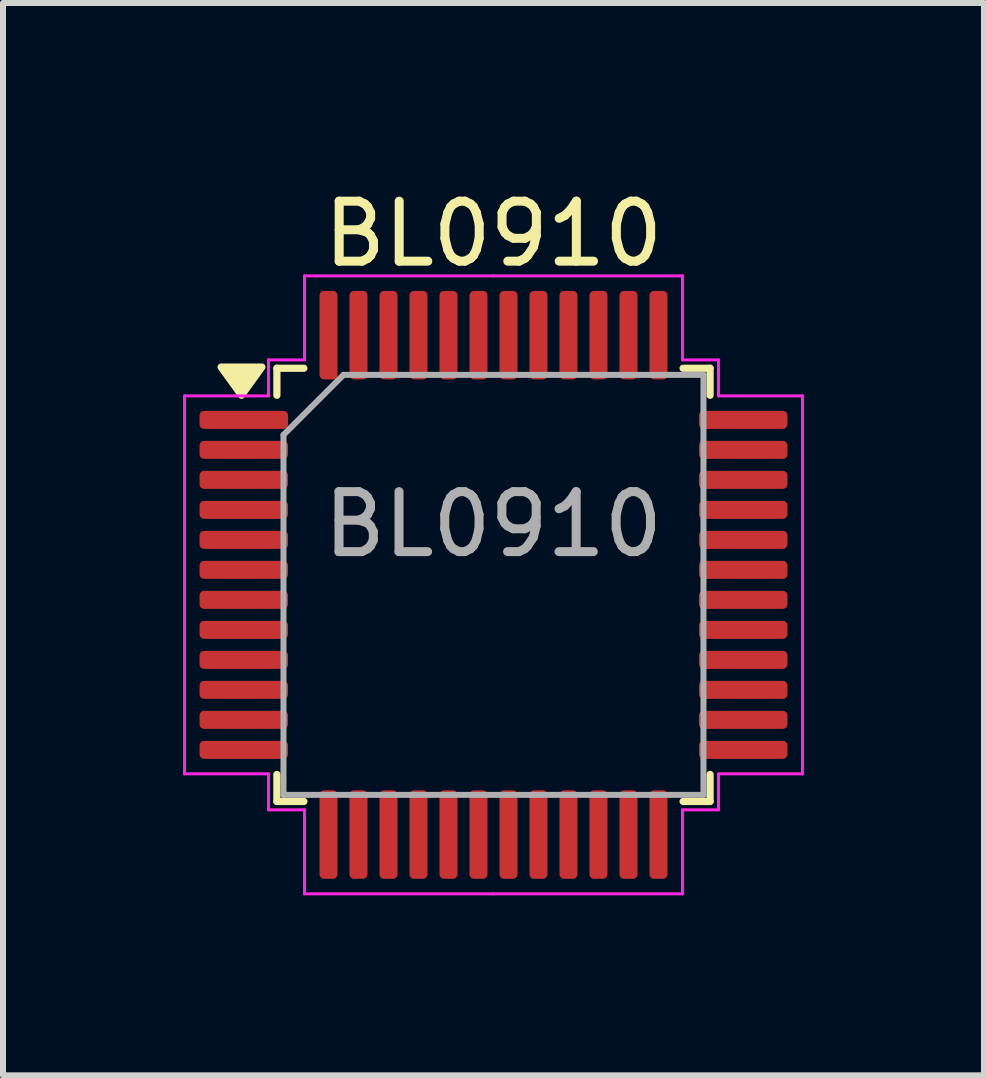
<source format=kicad_pcb>
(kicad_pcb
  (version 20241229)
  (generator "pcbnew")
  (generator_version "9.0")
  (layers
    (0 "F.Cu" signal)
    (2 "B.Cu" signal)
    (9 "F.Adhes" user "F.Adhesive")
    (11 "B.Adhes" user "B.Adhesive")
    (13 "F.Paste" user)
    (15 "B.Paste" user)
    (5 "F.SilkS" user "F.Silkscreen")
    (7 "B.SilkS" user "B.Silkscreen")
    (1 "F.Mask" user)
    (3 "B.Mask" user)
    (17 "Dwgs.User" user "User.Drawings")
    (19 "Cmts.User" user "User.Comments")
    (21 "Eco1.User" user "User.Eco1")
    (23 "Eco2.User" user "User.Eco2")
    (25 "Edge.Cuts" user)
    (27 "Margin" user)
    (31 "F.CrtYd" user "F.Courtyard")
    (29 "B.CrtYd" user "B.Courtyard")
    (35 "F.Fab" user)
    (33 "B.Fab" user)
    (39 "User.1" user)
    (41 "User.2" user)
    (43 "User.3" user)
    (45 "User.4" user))
  (footprint "BL0910"
    (layer "F.Cu")
    (at 5.175 6.698)
    (property "Reference" "BL0910" (at 0 -5.85 0) (layer "F.SilkS") (effects (font (size 1 1) (thickness 0.15))))
    (attr smd)
    (fp_line (start -3.61 -3.61) (end -3.61 -3.16) (stroke (width 0.12) (type solid)) (layer "F.SilkS"))
    (fp_line (start -3.61 3.61) (end -3.61 3.16) (stroke (width 0.12) (type solid)) (layer "F.SilkS"))
    (fp_line (start -3.16 -3.61) (end -3.61 -3.61) (stroke (width 0.12) (type solid)) (layer "F.SilkS"))
    (fp_line (start -3.16 3.61) (end -3.61 3.61) (stroke (width 0.12) (type solid)) (layer "F.SilkS"))
    (fp_line (start 3.16 -3.61) (end 3.61 -3.61) (stroke (width 0.12) (type solid)) (layer "F.SilkS"))
    (fp_line (start 3.16 3.61) (end 3.61 3.61) (stroke (width 0.12) (type solid)) (layer "F.SilkS"))
    (fp_line (start 3.61 -3.61) (end 3.61 -3.16) (stroke (width 0.12) (type solid)) (layer "F.SilkS"))
    (fp_line (start 3.61 3.61) (end 3.61 3.16) (stroke (width 0.12) (type solid)) (layer "F.SilkS"))
    (fp_poly (pts (xy -4.2 -3.16) (xy -4.54 -3.63) (xy -3.86 -3.63) (xy -4.2 -3.16)) (stroke (width 0.12) (type solid)) (fill yes) (layer "F.SilkS"))
    (fp_line (start -5.15 -3.15) (end -5.15 0) (stroke (width 0.05) (type solid)) (layer "F.CrtYd"))
    (fp_line (start -5.15 3.15) (end -5.15 0) (stroke (width 0.05) (type solid)) (layer "F.CrtYd"))
    (fp_line (start -3.75 -3.75) (end -3.75 -3.15) (stroke (width 0.05) (type solid)) (layer "F.CrtYd"))
    (fp_line (start -3.75 -3.15) (end -5.15 -3.15) (stroke (width 0.05) (type solid)) (layer "F.CrtYd"))
    (fp_line (start -3.75 3.15) (end -5.15 3.15) (stroke (width 0.05) (type solid)) (layer "F.CrtYd"))
    (fp_line (start -3.75 3.75) (end -3.75 3.15) (stroke (width 0.05) (type solid)) (layer "F.CrtYd"))
    (fp_line (start -3.15 -5.15) (end -3.15 -3.75) (stroke (width 0.05) (type solid)) (layer "F.CrtYd"))
    (fp_line (start -3.15 -3.75) (end -3.75 -3.75) (stroke (width 0.05) (type solid)) (layer "F.CrtYd"))
    (fp_line (start -3.15 3.75) (end -3.75 3.75) (stroke (width 0.05) (type solid)) (layer "F.CrtYd"))
    (fp_line (start -3.15 5.15) (end -3.15 3.75) (stroke (width 0.05) (type solid)) (layer "F.CrtYd"))
    (fp_line (start 0 -5.15) (end -3.15 -5.15) (stroke (width 0.05) (type solid)) (layer "F.CrtYd"))
    (fp_line (start 0 -5.15) (end 3.15 -5.15) (stroke (width 0.05) (type solid)) (layer "F.CrtYd"))
    (fp_line (start 0 5.15) (end -3.15 5.15) (stroke (width 0.05) (type solid)) (layer "F.CrtYd"))
    (fp_line (start 0 5.15) (end 3.15 5.15) (stroke (width 0.05) (type solid)) (layer "F.CrtYd"))
    (fp_line (start 3.15 -5.15) (end 3.15 -3.75) (stroke (width 0.05) (type solid)) (layer "F.CrtYd"))
    (fp_line (start 3.15 -3.75) (end 3.75 -3.75) (stroke (width 0.05) (type solid)) (layer "F.CrtYd"))
    (fp_line (start 3.15 3.75) (end 3.75 3.75) (stroke (width 0.05) (type solid)) (layer "F.CrtYd"))
    (fp_line (start 3.15 5.15) (end 3.15 3.75) (stroke (width 0.05) (type solid)) (layer "F.CrtYd"))
    (fp_line (start 3.75 -3.75) (end 3.75 -3.15) (stroke (width 0.05) (type solid)) (layer "F.CrtYd"))
    (fp_line (start 3.75 -3.15) (end 5.15 -3.15) (stroke (width 0.05) (type solid)) (layer "F.CrtYd"))
    (fp_line (start 3.75 3.15) (end 5.15 3.15) (stroke (width 0.05) (type solid)) (layer "F.CrtYd"))
    (fp_line (start 3.75 3.75) (end 3.75 3.15) (stroke (width 0.05) (type solid)) (layer "F.CrtYd"))
    (fp_line (start 5.15 -3.15) (end 5.15 0) (stroke (width 0.05) (type solid)) (layer "F.CrtYd"))
    (fp_line (start 5.15 3.15) (end 5.15 0) (stroke (width 0.05) (type solid)) (layer "F.CrtYd"))
    (fp_line (start -3.5 -2.5) (end -2.5 -3.5) (stroke (width 0.1) (type solid)) (layer "F.Fab"))
    (fp_line (start -3.5 3.5) (end -3.5 -2.5) (stroke (width 0.1) (type solid)) (layer "F.Fab"))
    (fp_line (start -2.5 -3.5) (end 3.5 -3.5) (stroke (width 0.1) (type solid)) (layer "F.Fab"))
    (fp_line (start 3.5 -3.5) (end 3.5 3.5) (stroke (width 0.1) (type solid)) (layer "F.Fab"))
    (fp_line (start 3.5 3.5) (end -3.5 3.5) (stroke (width 0.1) (type solid)) (layer "F.Fab"))
    (fp_text user "${REFERENCE}" (at -0.003 -1.009 0) (layer "F.Fab") (effects (font (size 1 1) (thickness 0.15))))
    (pad "1" smd roundrect (at -4.162 -2.75) (size 1.475 0.3) (layers "F.Cu" "F.Mask" "F.Paste") (roundrect_rratio 0.25))
    (pad "2" smd roundrect (at -4.162 -2.25) (size 1.475 0.3) (layers "F.Cu" "F.Mask" "F.Paste") (roundrect_rratio 0.25))
    (pad "3" smd roundrect (at -4.162 -1.75) (size 1.475 0.3) (layers "F.Cu" "F.Mask" "F.Paste") (roundrect_rratio 0.25))
    (pad "4" smd roundrect (at -4.162 -1.25) (size 1.475 0.3) (layers "F.Cu" "F.Mask" "F.Paste") (roundrect_rratio 0.25))
    (pad "5" smd roundrect (at -4.162 -0.75) (size 1.475 0.3) (layers "F.Cu" "F.Mask" "F.Paste") (roundrect_rratio 0.25))
    (pad "6" smd roundrect (at -4.162 -0.25) (size 1.475 0.3) (layers "F.Cu" "F.Mask" "F.Paste") (roundrect_rratio 0.25))
    (pad "7" smd roundrect (at -4.162 0.25) (size 1.475 0.3) (layers "F.Cu" "F.Mask" "F.Paste") (roundrect_rratio 0.25))
    (pad "8" smd roundrect (at -4.162 0.75) (size 1.475 0.3) (layers "F.Cu" "F.Mask" "F.Paste") (roundrect_rratio 0.25))
    (pad "9" smd roundrect (at -4.162 1.25) (size 1.475 0.3) (layers "F.Cu" "F.Mask" "F.Paste") (roundrect_rratio 0.25))
    (pad "10" smd roundrect (at -4.162 1.75) (size 1.475 0.3) (layers "F.Cu" "F.Mask" "F.Paste") (roundrect_rratio 0.25))
    (pad "11" smd roundrect (at -4.162 2.25) (size 1.475 0.3) (layers "F.Cu" "F.Mask" "F.Paste") (roundrect_rratio 0.25))
    (pad "12" smd roundrect (at -4.162 2.75) (size 1.475 0.3) (layers "F.Cu" "F.Mask" "F.Paste") (roundrect_rratio 0.25))
    (pad "13" smd roundrect (at -2.75 4.162) (size 0.3 1.475) (layers "F.Cu" "F.Mask" "F.Paste") (roundrect_rratio 0.25))
    (pad "14" smd roundrect (at -2.25 4.162) (size 0.3 1.475) (layers "F.Cu" "F.Mask" "F.Paste") (roundrect_rratio 0.25))
    (pad "15" smd roundrect (at -1.75 4.162) (size 0.3 1.475) (layers "F.Cu" "F.Mask" "F.Paste") (roundrect_rratio 0.25))
    (pad "16" smd roundrect (at -1.25 4.162) (size 0.3 1.475) (layers "F.Cu" "F.Mask" "F.Paste") (roundrect_rratio 0.25))
    (pad "17" smd roundrect (at -0.75 4.162) (size 0.3 1.475) (layers "F.Cu" "F.Mask" "F.Paste") (roundrect_rratio 0.25))
    (pad "18" smd roundrect (at -0.25 4.162) (size 0.3 1.475) (layers "F.Cu" "F.Mask" "F.Paste") (roundrect_rratio 0.25))
    (pad "19" smd roundrect (at 0.25 4.162) (size 0.3 1.475) (layers "F.Cu" "F.Mask" "F.Paste") (roundrect_rratio 0.25))
    (pad "20" smd roundrect (at 0.75 4.162) (size 0.3 1.475) (layers "F.Cu" "F.Mask" "F.Paste") (roundrect_rratio 0.25))
    (pad "21" smd roundrect (at 1.25 4.162) (size 0.3 1.475) (layers "F.Cu" "F.Mask" "F.Paste") (roundrect_rratio 0.25))
    (pad "22" smd roundrect (at 1.75 4.162) (size 0.3 1.475) (layers "F.Cu" "F.Mask" "F.Paste") (roundrect_rratio 0.25))
    (pad "23" smd roundrect (at 2.25 4.162) (size 0.3 1.475) (layers "F.Cu" "F.Mask" "F.Paste") (roundrect_rratio 0.25))
    (pad "24" smd roundrect (at 2.75 4.162) (size 0.3 1.475) (layers "F.Cu" "F.Mask" "F.Paste") (roundrect_rratio 0.25))
    (pad "25" smd roundrect (at 4.162 2.75) (size 1.475 0.3) (layers "F.Cu" "F.Mask" "F.Paste") (roundrect_rratio 0.25))
    (pad "26" smd roundrect (at 4.162 2.25) (size 1.475 0.3) (layers "F.Cu" "F.Mask" "F.Paste") (roundrect_rratio 0.25))
    (pad "27" smd roundrect (at 4.162 1.75) (size 1.475 0.3) (layers "F.Cu" "F.Mask" "F.Paste") (roundrect_rratio 0.25))
    (pad "28" smd roundrect (at 4.162 1.25) (size 1.475 0.3) (layers "F.Cu" "F.Mask" "F.Paste") (roundrect_rratio 0.25))
    (pad "29" smd roundrect (at 4.162 0.75) (size 1.475 0.3) (layers "F.Cu" "F.Mask" "F.Paste") (roundrect_rratio 0.25))
    (pad "30" smd roundrect (at 4.162 0.25) (size 1.475 0.3) (layers "F.Cu" "F.Mask" "F.Paste") (roundrect_rratio 0.25))
    (pad "31" smd roundrect (at 4.162 -0.25) (size 1.475 0.3) (layers "F.Cu" "F.Mask" "F.Paste") (roundrect_rratio 0.25))
    (pad "32" smd roundrect (at 4.162 -0.75) (size 1.475 0.3) (layers "F.Cu" "F.Mask" "F.Paste") (roundrect_rratio 0.25))
    (pad "33" smd roundrect (at 4.162 -1.25) (size 1.475 0.3) (layers "F.Cu" "F.Mask" "F.Paste") (roundrect_rratio 0.25))
    (pad "34" smd roundrect (at 4.162 -1.75) (size 1.475 0.3) (layers "F.Cu" "F.Mask" "F.Paste") (roundrect_rratio 0.25))
    (pad "35" smd roundrect (at 4.162 -2.25) (size 1.475 0.3) (layers "F.Cu" "F.Mask" "F.Paste") (roundrect_rratio 0.25))
    (pad "36" smd roundrect (at 4.162 -2.75) (size 1.475 0.3) (layers "F.Cu" "F.Mask" "F.Paste") (roundrect_rratio 0.25))
    (pad "37" smd roundrect (at 2.75 -4.162) (size 0.3 1.475) (layers "F.Cu" "F.Mask" "F.Paste") (roundrect_rratio 0.25))
    (pad "38" smd roundrect (at 2.25 -4.162) (size 0.3 1.475) (layers "F.Cu" "F.Mask" "F.Paste") (roundrect_rratio 0.25))
    (pad "39" smd roundrect (at 1.75 -4.162) (size 0.3 1.475) (layers "F.Cu" "F.Mask" "F.Paste") (roundrect_rratio 0.25))
    (pad "40" smd roundrect (at 1.25 -4.162) (size 0.3 1.475) (layers "F.Cu" "F.Mask" "F.Paste") (roundrect_rratio 0.25))
    (pad "41" smd roundrect (at 0.75 -4.162) (size 0.3 1.475) (layers "F.Cu" "F.Mask" "F.Paste") (roundrect_rratio 0.25))
    (pad "42" smd roundrect (at 0.25 -4.162) (size 0.3 1.475) (layers "F.Cu" "F.Mask" "F.Paste") (roundrect_rratio 0.25))
    (pad "43" smd roundrect (at -0.25 -4.162) (size 0.3 1.475) (layers "F.Cu" "F.Mask" "F.Paste") (roundrect_rratio 0.25))
    (pad "44" smd roundrect (at -0.75 -4.162) (size 0.3 1.475) (layers "F.Cu" "F.Mask" "F.Paste") (roundrect_rratio 0.25))
    (pad "45" smd roundrect (at -1.25 -4.162) (size 0.3 1.475) (layers "F.Cu" "F.Mask" "F.Paste") (roundrect_rratio 0.25))
    (pad "46" smd roundrect (at -1.75 -4.162) (size 0.3 1.475) (layers "F.Cu" "F.Mask" "F.Paste") (roundrect_rratio 0.25))
    (pad "47" smd roundrect (at -2.25 -4.162) (size 0.3 1.475) (layers "F.Cu" "F.Mask" "F.Paste") (roundrect_rratio 0.25))
    (pad "48" smd roundrect (at -2.75 -4.162) (size 0.3 1.475) (layers "F.Cu" "F.Mask" "F.Paste") (roundrect_rratio 0.25)))
  (gr_rect
    (start -3 -3)
    (end 13.35 14.873)
    (stroke (width 0.1) (type default))
    (fill no)
    (layer "Edge.Cuts")))
</source>
